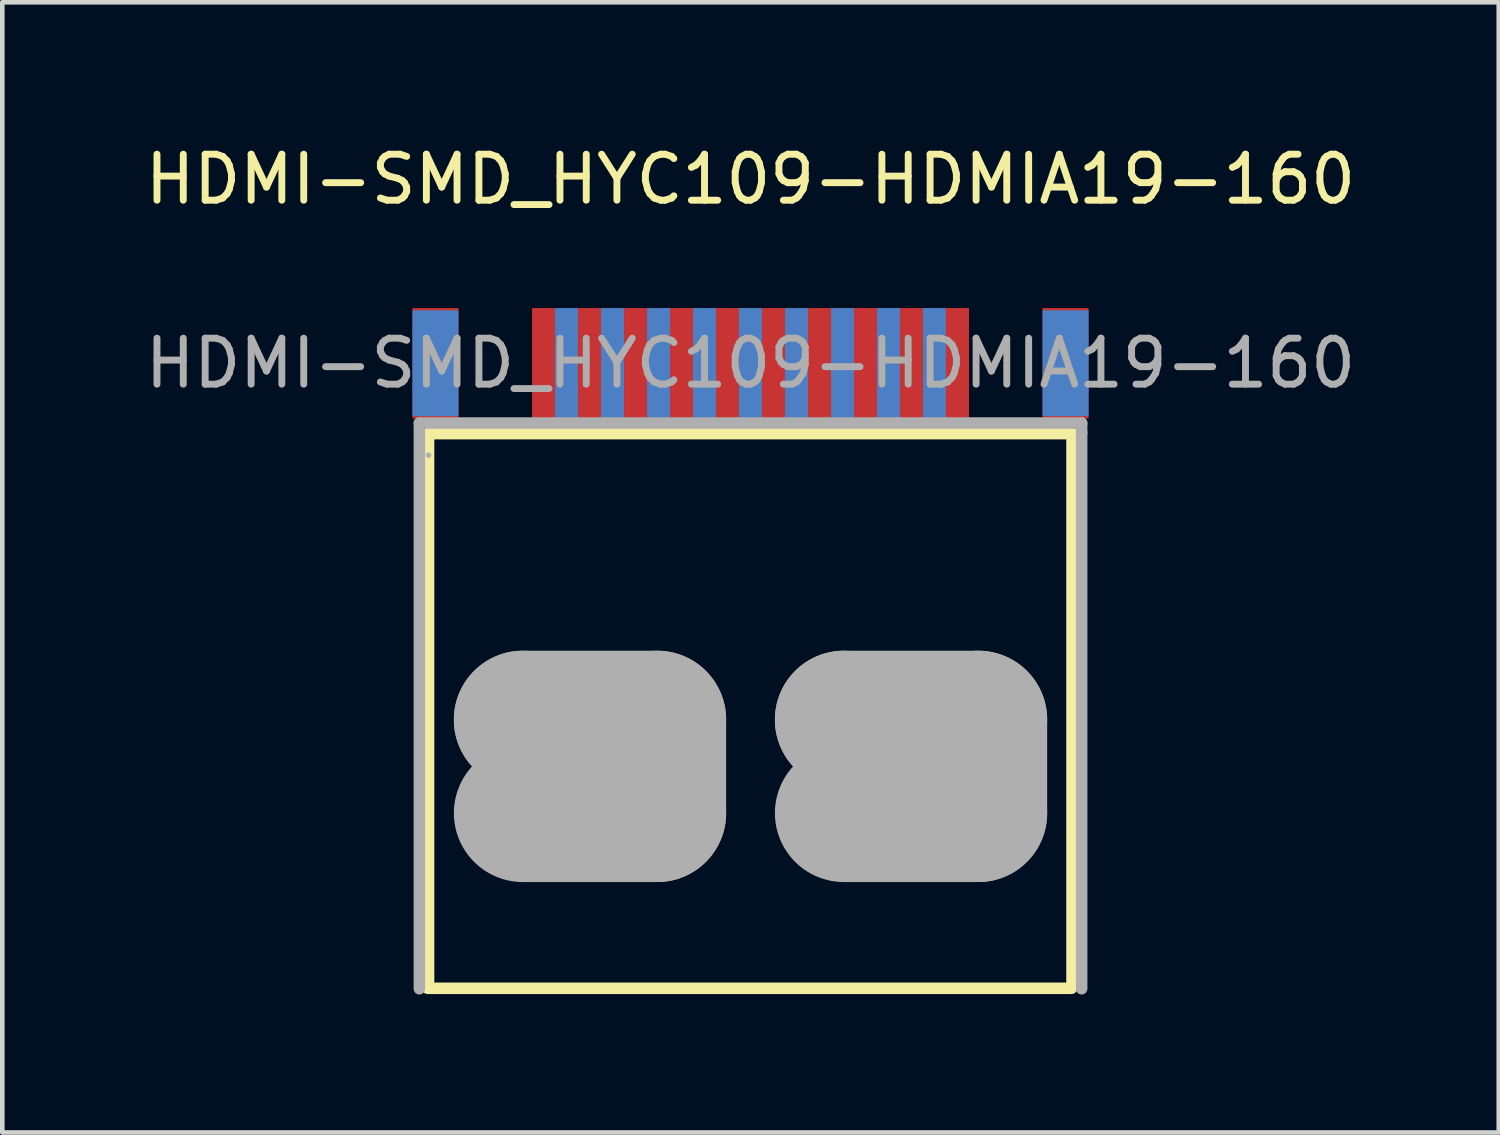
<source format=kicad_pcb>
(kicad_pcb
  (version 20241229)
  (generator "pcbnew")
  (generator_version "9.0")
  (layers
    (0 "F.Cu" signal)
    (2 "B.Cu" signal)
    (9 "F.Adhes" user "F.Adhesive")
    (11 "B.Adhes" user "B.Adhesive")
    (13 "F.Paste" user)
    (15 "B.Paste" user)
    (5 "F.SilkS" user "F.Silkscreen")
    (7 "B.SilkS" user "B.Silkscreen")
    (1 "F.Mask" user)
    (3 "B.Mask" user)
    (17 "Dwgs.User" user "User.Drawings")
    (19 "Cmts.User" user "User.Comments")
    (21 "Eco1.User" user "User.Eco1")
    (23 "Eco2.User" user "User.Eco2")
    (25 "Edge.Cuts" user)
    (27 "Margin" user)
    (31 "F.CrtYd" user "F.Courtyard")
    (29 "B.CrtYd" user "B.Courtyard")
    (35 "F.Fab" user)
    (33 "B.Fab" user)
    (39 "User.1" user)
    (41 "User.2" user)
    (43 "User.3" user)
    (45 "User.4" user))
  (footprint "HDMI-SMD_HYC109-HDMIA19-160"
    (layer "F.Cu")
    (at 13.268 4.848)
    (property "Reference" "HDMI-SMD_HYC109-HDMIA19-160" (at 0 -4 0) (layer "F.SilkS") (effects (font (size 1 1) (thickness 0.15))))
    (attr smd)
    (fp_line (start -7 1.53) (end 6.99 1.53) (stroke (width 0.25) (type solid)) (layer "F.SilkS"))
    (fp_line (start -7 13.52) (end -7 1.53) (stroke (width 0.25) (type solid)) (layer "F.SilkS"))
    (fp_line (start 6.98 13.59) (end -7.02 13.59) (stroke (width 0.25) (type solid)) (layer "F.SilkS"))
    (fp_line (start 6.99 1.53) (end 6.99 13.52) (stroke (width 0.25) (type solid)) (layer "F.SilkS"))
    (fp_line (start -7.2 1.3) (end -7.2 13.6) (stroke (width 0.25) (type solid)) (layer "F.Fab"))
    (fp_line (start -4.95 7.75) (end -4.95 7.75) (stroke (width 3) (type solid)) (layer "F.Fab"))
    (fp_line (start -4.95 7.75) (end -2.03 7.75) (stroke (width 3) (type solid)) (layer "F.Fab"))
    (fp_line (start -2.03 7.75) (end -2.03 9.78) (stroke (width 3) (type solid)) (layer "F.Fab"))
    (fp_line (start -2.03 9.78) (end -4.95 9.78) (stroke (width 3) (type solid)) (layer "F.Fab"))
    (fp_line (start 2.03 7.75) (end 2.03 7.75) (stroke (width 3) (type solid)) (layer "F.Fab"))
    (fp_line (start 2.03 7.75) (end 4.95 7.75) (stroke (width 3) (type solid)) (layer "F.Fab"))
    (fp_line (start 4.95 7.75) (end 4.95 9.78) (stroke (width 3) (type solid)) (layer "F.Fab"))
    (fp_line (start 4.95 9.78) (end 2.03 9.78) (stroke (width 3) (type solid)) (layer "F.Fab"))
    (fp_line (start 7.2 1.3) (end -7.2 1.3) (stroke (width 0.25) (type solid)) (layer "F.Fab"))
    (fp_line (start 7.2 1.5) (end 7.2 13.6) (stroke (width 0.25) (type solid)) (layer "F.Fab"))
    (fp_line (start 7.2 1.51) (end 7.2 1.3) (stroke (width 0.25) (type solid)) (layer "F.Fab"))
    (fp_circle (center -7 2) (end -6.97 2) (stroke (width 0.06) (type solid)) (fill no) (layer "F.Fab"))
    (fp_text user "${REFERENCE}" (at 0 0 0) (layer "F.Fab") (effects (font (size 1 1) (thickness 0.15))))
    (pad "1" smd rect (at -4.5 0) (size 0.5 2.4) (layers "F.Cu" "F.Mask" "F.Paste"))
    (pad "2" smd rect (at -4 0) (size 0.5 2.4) (layers "B.Cu" "B.Mask" "B.Paste"))
    (pad "3" smd rect (at -3.5 0) (size 0.5 2.4) (layers "F.Cu" "F.Mask" "F.Paste"))
    (pad "4" smd rect (at -3 0) (size 0.5 2.4) (layers "B.Cu" "B.Mask" "B.Paste"))
    (pad "5" smd rect (at -2.5 0) (size 0.5 2.4) (layers "F.Cu" "F.Mask" "F.Paste"))
    (pad "6" smd rect (at -2 0) (size 0.5 2.4) (layers "B.Cu" "B.Mask" "B.Paste"))
    (pad "7" smd rect (at -1.5 0) (size 0.5 2.4) (layers "F.Cu" "F.Mask" "F.Paste"))
    (pad "8" smd rect (at -1 0) (size 0.5 2.4) (layers "B.Cu" "B.Mask" "B.Paste"))
    (pad "9" smd rect (at -0.5 0) (size 0.5 2.4) (layers "F.Cu" "F.Mask" "F.Paste"))
    (pad "10" smd rect (at 0 0) (size 0.5 2.4) (layers "B.Cu" "B.Mask" "B.Paste"))
    (pad "11" smd rect (at 0.5 0) (size 0.5 2.4) (layers "F.Cu" "F.Mask" "F.Paste"))
    (pad "12" smd rect (at 1 0) (size 0.5 2.4) (layers "B.Cu" "B.Mask" "B.Paste"))
    (pad "13" smd rect (at 1.5 0) (size 0.5 2.4) (layers "F.Cu" "F.Mask" "F.Paste"))
    (pad "14" smd rect (at 2 0) (size 0.5 2.4) (layers "B.Cu" "B.Mask" "B.Paste"))
    (pad "15" smd rect (at 2.5 0) (size 0.5 2.4) (layers "F.Cu" "F.Mask" "F.Paste"))
    (pad "16" smd rect (at 3 0) (size 0.5 2.4) (layers "B.Cu" "B.Mask" "B.Paste"))
    (pad "17" smd rect (at 3.5 0) (size 0.5 2.4) (layers "F.Cu" "F.Mask" "F.Paste"))
    (pad "18" smd rect (at 4 0) (size 0.5 2.4) (layers "B.Cu" "B.Mask" "B.Paste"))
    (pad "19" smd rect (at 4.5 0) (size 0.5 2.4) (layers "F.Cu" "F.Mask" "F.Paste"))
    (pad "SH" smd rect (at -6.85 0) (size 1 2.3) (layers "B.Cu" "B.Mask" "B.Paste"))
    (pad "SH" smd rect (at -6.85 0) (size 1 2.4) (layers "F.Cu" "F.Mask" "F.Paste"))
    (pad "SH" smd rect (at 6.85 0) (size 1 2.3) (layers "B.Cu" "B.Mask" "B.Paste"))
    (pad "SH" smd rect (at 6.85 0) (size 1 2.4) (layers "F.Cu" "F.Mask" "F.Paste")))
  (gr_rect
    (start -3 -3)
    (end 29.536 21.573)
    (stroke (width 0.1) (type default))
    (fill no)
    (layer "Edge.Cuts")))
</source>
